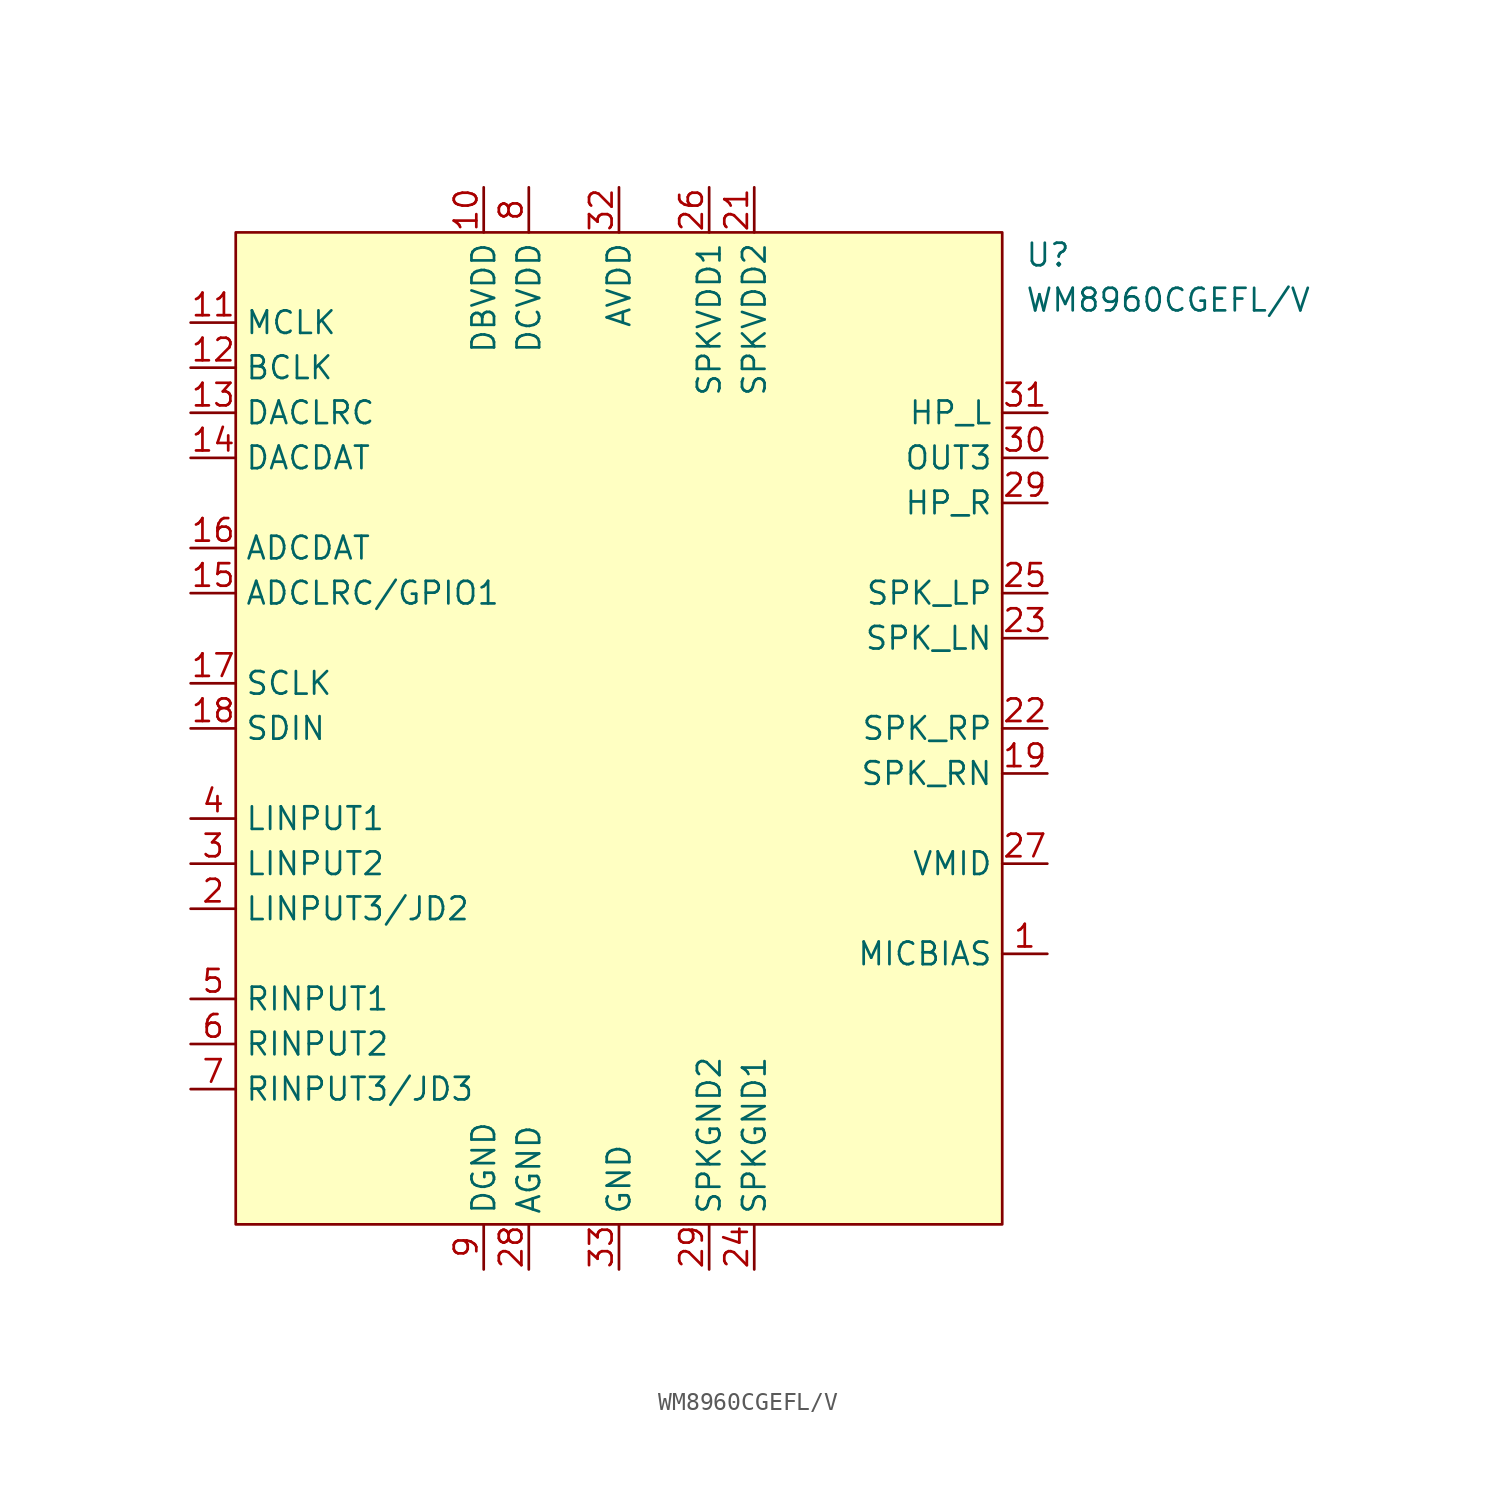
<source format=kicad_sym>
(kicad_symbol_lib
  (version 20231120)
  (generator "kicad_symbol_editor")
  (generator_version "8.0")
  (symbol "WM8960CGEFL/V"
    (property "Reference" "U"
      (at 22.86 26.67 0)
      (effects (font (size 1.27 1.27)) (justify left)))
    (property "Value" "WM8960CGEFL/V"
      (at 22.86 24.13 0)
      (effects (font (size 1.27 1.27)) (justify left)))
    (symbol "WM8960CGEFL/V_1_1"
      (rectangle (start -21.59 27.94) (end 21.59 -27.94) (stroke (width 0) (type default)) (fill (type background)))
      (pin input line (at 24.13 -12.7 180) (length 2.54) (name "MICBIAS" (effects (font (size 1.27 1.27)))) (number "1" (effects (font (size 1.27 1.27)))))
      (pin power_in line (at -7.62 30.48 270) (length 2.54) (name "DBVDD" (effects (font (size 1.27 1.27)))) (number "10" (effects (font (size 1.27 1.27)))))
      (pin input line (at -24.13 22.86 0) (length 2.54) (name "MCLK" (effects (font (size 1.27 1.27)))) (number "11" (effects (font (size 1.27 1.27)))))
      (pin input line (at -24.13 20.32 0) (length 2.54) (name "BCLK" (effects (font (size 1.27 1.27)))) (number "12" (effects (font (size 1.27 1.27)))))
      (pin input line (at -24.13 17.78 0) (length 2.54) (name "DACLRC" (effects (font (size 1.27 1.27)))) (number "13" (effects (font (size 1.27 1.27)))))
      (pin input line (at -24.13 15.24 0) (length 2.54) (name "DACDAT" (effects (font (size 1.27 1.27)))) (number "14" (effects (font (size 1.27 1.27)))))
      (pin output line (at -24.13 7.62 0) (length 2.54) (name "ADCLRC/GPIO1" (effects (font (size 1.27 1.27)))) (number "15" (effects (font (size 1.27 1.27)))))
      (pin output line (at -24.13 10.16 0) (length 2.54) (name "ADCDAT" (effects (font (size 1.27 1.27)))) (number "16" (effects (font (size 1.27 1.27)))))
      (pin input line (at -24.13 2.54 0) (length 2.54) (name "SCLK" (effects (font (size 1.27 1.27)))) (number "17" (effects (font (size 1.27 1.27)))))
      (pin bidirectional line (at -24.13 0 0) (length 2.54) (name "SDIN" (effects (font (size 1.27 1.27)))) (number "18" (effects (font (size 1.27 1.27)))))
      (pin output line (at 24.13 -2.54 180) (length 2.54) (name "SPK_RN" (effects (font (size 1.27 1.27)))) (number "19" (effects (font (size 1.27 1.27)))))
      (pin input line (at -24.13 -10.16 0) (length 2.54) (name "LINPUT3/JD2" (effects (font (size 1.27 1.27)))) (number "2" (effects (font (size 1.27 1.27)))))
      (pin power_in line (at 7.62 30.48 270) (length 2.54) (name "SPKVDD2" (effects (font (size 1.27 1.27)))) (number "21" (effects (font (size 1.27 1.27)))))
      (pin output line (at 24.13 0 180) (length 2.54) (name "SPK_RP" (effects (font (size 1.27 1.27)))) (number "22" (effects (font (size 1.27 1.27)))))
      (pin output line (at 24.13 5.08 180) (length 2.54) (name "SPK_LN" (effects (font (size 1.27 1.27)))) (number "23" (effects (font (size 1.27 1.27)))))
      (pin power_in line (at 7.62 -30.48 90) (length 2.54) (name "SPKGND1" (effects (font (size 1.27 1.27)))) (number "24" (effects (font (size 1.27 1.27)))))
      (pin output line (at 24.13 7.62 180) (length 2.54) (name "SPK_LP" (effects (font (size 1.27 1.27)))) (number "25" (effects (font (size 1.27 1.27)))))
      (pin power_in line (at 5.08 30.48 270) (length 2.54) (name "SPKVDD1" (effects (font (size 1.27 1.27)))) (number "26" (effects (font (size 1.27 1.27)))))
      (pin input line (at 24.13 -7.62 180) (length 2.54) (name "VMID" (effects (font (size 1.27 1.27)))) (number "27" (effects (font (size 1.27 1.27)))))
      (pin power_in line (at -5.08 -30.48 90) (length 2.54) (name "AGND" (effects (font (size 1.27 1.27)))) (number "28" (effects (font (size 1.27 1.27)))))
      (pin output line (at 24.13 12.7 180) (length 2.54) (name "HP_R" (effects (font (size 1.27 1.27)))) (number "29" (effects (font (size 1.27 1.27)))))
      (pin power_in line (at 5.08 -30.48 90) (length 2.54) (name "SPKGND2" (effects (font (size 1.27 1.27)))) (number "29" (effects (font (size 1.27 1.27)))))
      (pin input line (at -24.13 -7.62 0) (length 2.54) (name "LINPUT2" (effects (font (size 1.27 1.27)))) (number "3" (effects (font (size 1.27 1.27)))))
      (pin output line (at 24.13 15.24 180) (length 2.54) (name "OUT3" (effects (font (size 1.27 1.27)))) (number "30" (effects (font (size 1.27 1.27)))))
      (pin output line (at 24.13 17.78 180) (length 2.54) (name "HP_L" (effects (font (size 1.27 1.27)))) (number "31" (effects (font (size 1.27 1.27)))))
      (pin power_in line (at 0 30.48 270) (length 2.54) (name "AVDD" (effects (font (size 1.27 1.27)))) (number "32" (effects (font (size 1.27 1.27)))))
      (pin power_in line (at 0 -30.48 90) (length 2.54) (name "GND" (effects (font (size 1.27 1.27)))) (number "33" (effects (font (size 1.27 1.27)))))
      (pin input line (at -24.13 -5.08 0) (length 2.54) (name "LINPUT1" (effects (font (size 1.27 1.27)))) (number "4" (effects (font (size 1.27 1.27)))))
      (pin input line (at -24.13 -15.24 0) (length 2.54) (name "RINPUT1" (effects (font (size 1.27 1.27)))) (number "5" (effects (font (size 1.27 1.27)))))
      (pin input line (at -24.13 -17.78 0) (length 2.54) (name "RINPUT2" (effects (font (size 1.27 1.27)))) (number "6" (effects (font (size 1.27 1.27)))))
      (pin input line (at -24.13 -20.32 0) (length 2.54) (name "RINPUT3/JD3" (effects (font (size 1.27 1.27)))) (number "7" (effects (font (size 1.27 1.27)))))
      (pin power_in line (at -5.08 30.48 270) (length 2.54) (name "DCVDD" (effects (font (size 1.27 1.27)))) (number "8" (effects (font (size 1.27 1.27)))))
      (pin power_in line (at -7.62 -30.48 90) (length 2.54) (name "DGND" (effects (font (size 1.27 1.27)))) (number "9" (effects (font (size 1.27 1.27))))))))
</source>
